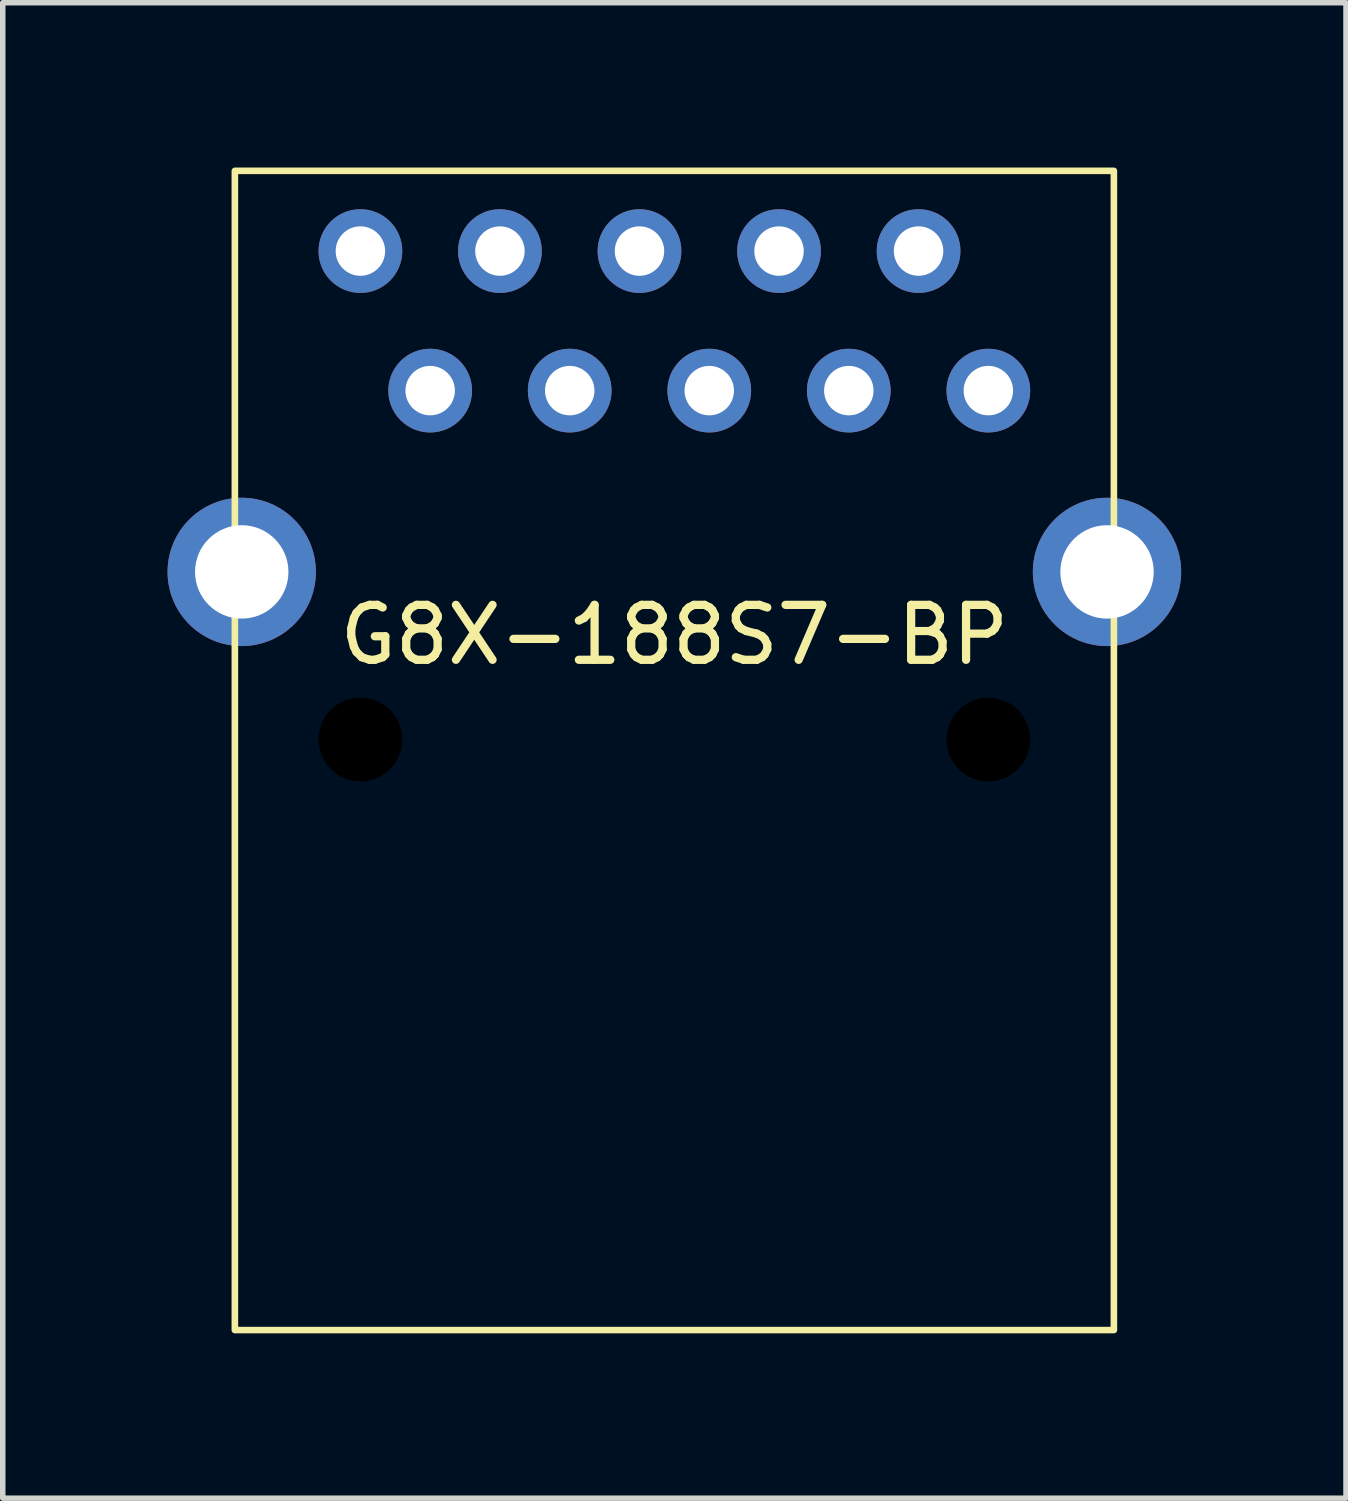
<source format=kicad_pcb>
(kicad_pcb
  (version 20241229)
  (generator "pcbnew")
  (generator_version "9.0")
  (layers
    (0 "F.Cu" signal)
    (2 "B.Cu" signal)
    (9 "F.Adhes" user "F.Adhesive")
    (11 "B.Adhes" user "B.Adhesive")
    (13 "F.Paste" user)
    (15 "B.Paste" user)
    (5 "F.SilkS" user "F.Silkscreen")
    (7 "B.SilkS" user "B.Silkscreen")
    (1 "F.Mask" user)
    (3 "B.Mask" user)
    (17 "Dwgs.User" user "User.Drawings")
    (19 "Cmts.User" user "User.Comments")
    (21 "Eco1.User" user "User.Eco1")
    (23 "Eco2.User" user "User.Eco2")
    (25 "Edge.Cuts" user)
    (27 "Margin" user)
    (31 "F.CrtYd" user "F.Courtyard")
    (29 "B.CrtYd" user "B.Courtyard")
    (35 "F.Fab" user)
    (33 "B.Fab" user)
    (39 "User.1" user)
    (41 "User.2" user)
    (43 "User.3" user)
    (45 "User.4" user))
  (footprint "G8X-188S7-BP"
    (layer "F.Cu")
    (at 9.225 1.52)
    (property "Reference" "G8X-188S7-BP" (at 0 6.985 0) (unlocked yes) (layer "F.SilkS") (effects (font (size 1 1) (thickness 0.15))))
    (attr through_hole)
    (fp_rect (start 8 19.64) (end -8 -1.46) (stroke (width 0.12) (type solid)) (fill no) (layer "F.SilkS"))
    (pad "" np_thru_hole circle (at -5.715 8.89) (size 1.524 1.524) (drill 3.2) (layers "*.Mask"))
    (pad "" np_thru_hole circle (at 5.715 8.89) (size 1.524 1.524) (drill 3.2) (layers "*.Mask"))
    (pad "1" thru_hole circle (at -5.715 0) (size 1.524 1.524) (drill 0.9) (layers "*.Cu" "*.Mask"))
    (pad "2" thru_hole circle (at -4.445 2.54) (size 1.524 1.524) (drill 0.9) (layers "*.Cu" "*.Mask"))
    (pad "3" thru_hole circle (at -3.175 0) (size 1.524 1.524) (drill 0.9) (layers "*.Cu" "*.Mask"))
    (pad "4" thru_hole circle (at -1.905 2.54) (size 1.524 1.524) (drill 0.9) (layers "*.Cu" "*.Mask"))
    (pad "5" thru_hole circle (at -0.635 0) (size 1.524 1.524) (drill 0.9) (layers "*.Cu" "*.Mask"))
    (pad "6" thru_hole circle (at 0.635 2.54) (size 1.524 1.524) (drill 0.9) (layers "*.Cu" "*.Mask"))
    (pad "7" thru_hole circle (at 1.905 0) (size 1.524 1.524) (drill 0.9) (layers "*.Cu" "*.Mask"))
    (pad "8" thru_hole circle (at 3.175 2.54) (size 1.524 1.524) (drill 0.9) (layers "*.Cu" "*.Mask"))
    (pad "9" thru_hole circle (at 4.445 0) (size 1.524 1.524) (drill 0.9) (layers "*.Cu" "*.Mask"))
    (pad "10" thru_hole circle (at 5.715 2.54) (size 1.524 1.524) (drill 0.9) (layers "*.Cu" "*.Mask"))
    (pad "11" thru_hole circle (at -7.875 5.84) (size 2.7 2.7) (drill 1.7) (layers "*.Cu" "*.Mask"))
    (pad "11" thru_hole circle (at 7.875 5.84) (size 2.7 2.7) (drill 1.7) (layers "*.Cu" "*.Mask")))
  (gr_rect
    (start -3 -3)
    (end 21.45 24.22)
    (stroke (width 0.1) (type default))
    (fill no)
    (layer "Edge.Cuts")))
</source>
